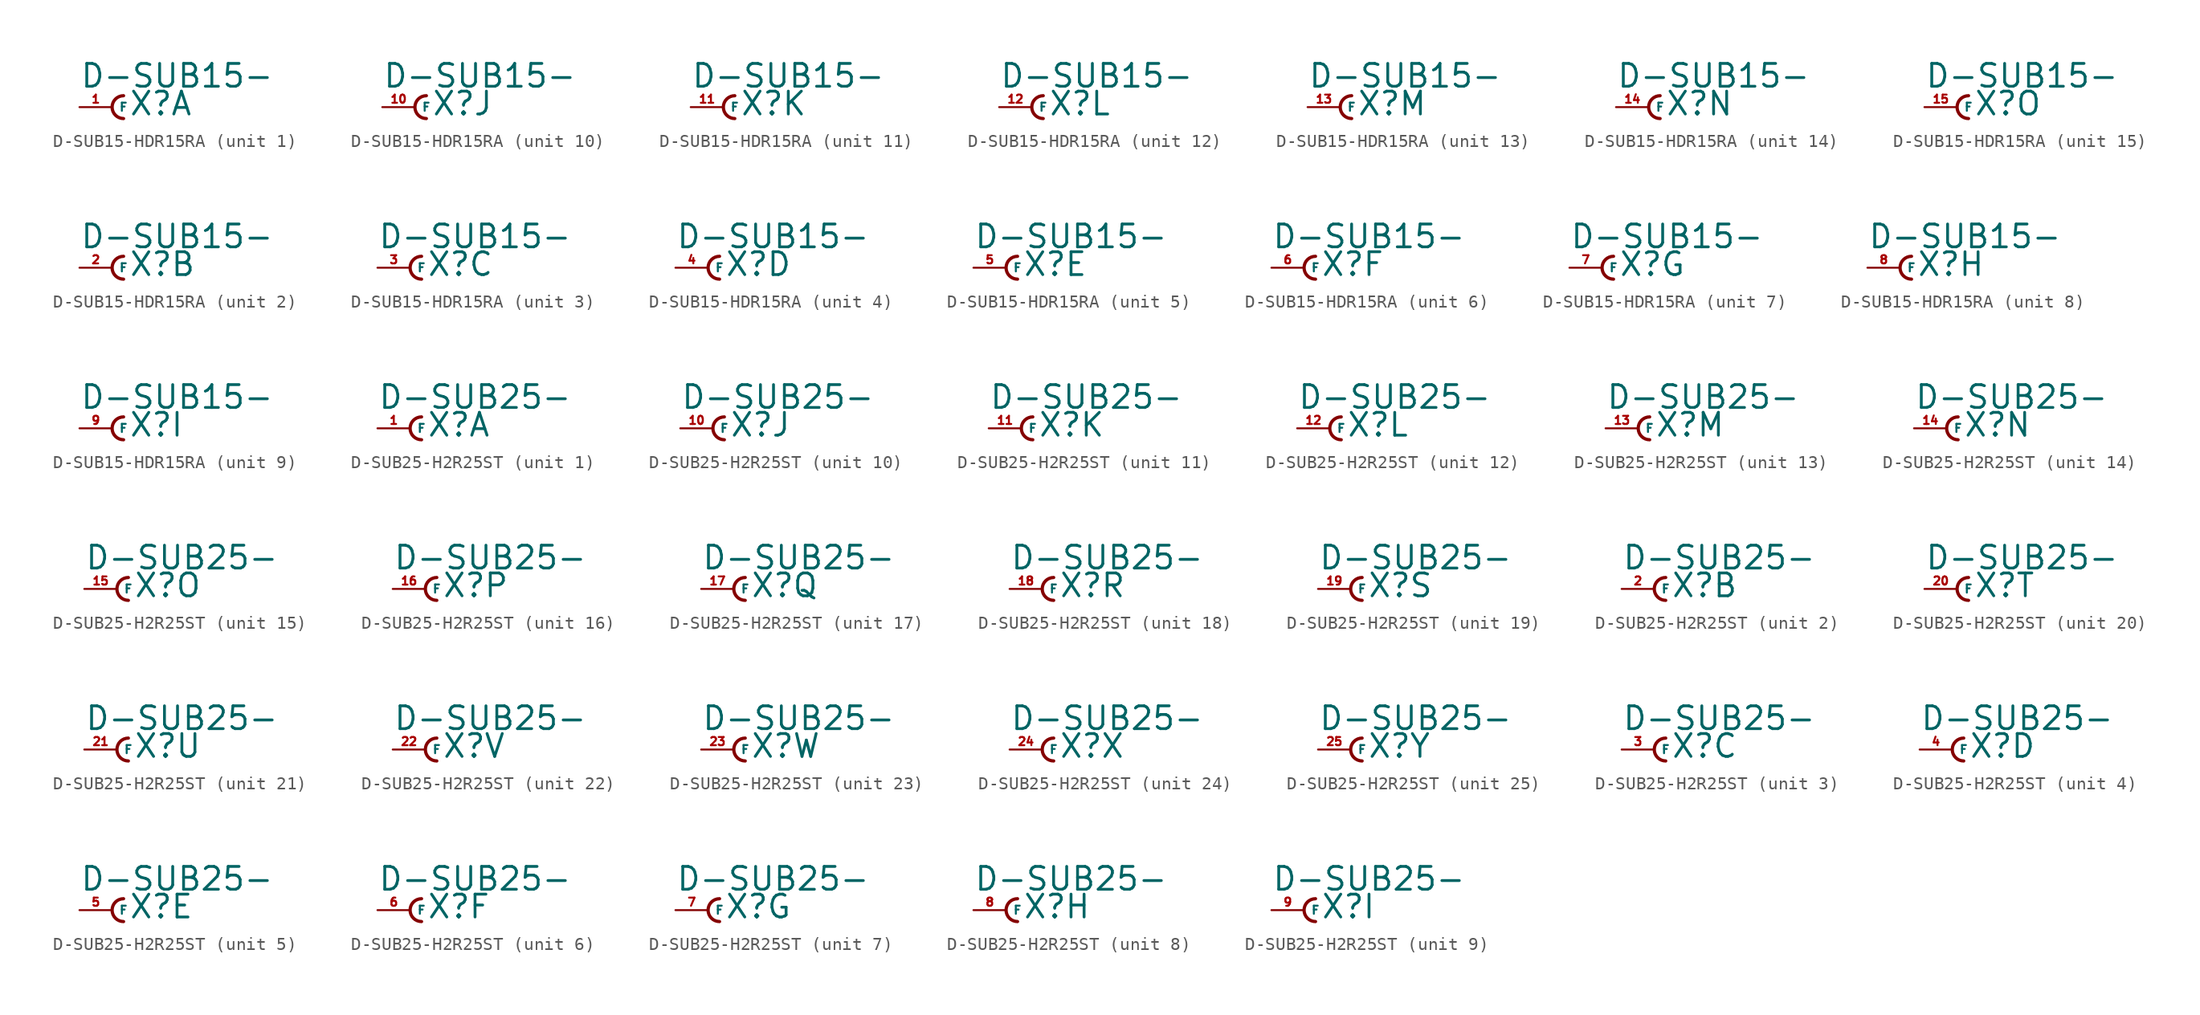
<source format=kicad_sym>
(kicad_symbol_lib
  (version 20220914)
  (generator Eagle2Kicad)
  (symbol "D-SUB15-HDR15RA"
    (property "Reference" "X"
      (at 1.27 -0.762 0)
      (effects (font (size 1.778 1.778) (thickness 0.22)) (justify left bottom)))
    (property "Value" "D-SUB15-"
      (at -2.54 1.397 0)
      (effects (font (size 1.778 1.778) (thickness 0.22)) (justify left bottom)))
    (symbol "D-SUB15-HDR15RA_1_0"
      (arc (start 0.889 0.889) (mid 0.000 0.000) (end 0.889 -0.889) (stroke (width 0.254) (type default)) (fill (type none)))
      (pin passive line (at -2.54 0 0) (length 2.54) (name "F" (effects (font (size 0.635 0.635) (thickness 0.08)) (justify left bottom))) (number "1" (effects (font (size 0.635 0.635) (thickness 0.08)) (justify left bottom)))))
    (symbol "D-SUB15-HDR15RA_2_0"
      (arc (start 0.889 0.889) (mid 0.000 0.000) (end 0.889 -0.889) (stroke (width 0.254) (type default)) (fill (type none)))
      (pin passive line (at -2.54 0 0) (length 2.54) (name "F" (effects (font (size 0.635 0.635) (thickness 0.08)) (justify left bottom))) (number "2" (effects (font (size 0.635 0.635) (thickness 0.08)) (justify left bottom)))))
    (symbol "D-SUB15-HDR15RA_3_0"
      (arc (start 0.889 0.889) (mid 0.000 0.000) (end 0.889 -0.889) (stroke (width 0.254) (type default)) (fill (type none)))
      (pin passive line (at -2.54 0 0) (length 2.54) (name "F" (effects (font (size 0.635 0.635) (thickness 0.08)) (justify left bottom))) (number "3" (effects (font (size 0.635 0.635) (thickness 0.08)) (justify left bottom)))))
    (symbol "D-SUB15-HDR15RA_4_0"
      (arc (start 0.889 0.889) (mid 0.000 0.000) (end 0.889 -0.889) (stroke (width 0.254) (type default)) (fill (type none)))
      (pin passive line (at -2.54 0 0) (length 2.54) (name "F" (effects (font (size 0.635 0.635) (thickness 0.08)) (justify left bottom))) (number "4" (effects (font (size 0.635 0.635) (thickness 0.08)) (justify left bottom)))))
    (symbol "D-SUB15-HDR15RA_5_0"
      (arc (start 0.889 0.889) (mid 0.000 0.000) (end 0.889 -0.889) (stroke (width 0.254) (type default)) (fill (type none)))
      (pin passive line (at -2.54 0 0) (length 2.54) (name "F" (effects (font (size 0.635 0.635) (thickness 0.08)) (justify left bottom))) (number "5" (effects (font (size 0.635 0.635) (thickness 0.08)) (justify left bottom)))))
    (symbol "D-SUB15-HDR15RA_6_0"
      (arc (start 0.889 0.889) (mid 0.000 0.000) (end 0.889 -0.889) (stroke (width 0.254) (type default)) (fill (type none)))
      (pin passive line (at -2.54 0 0) (length 2.54) (name "F" (effects (font (size 0.635 0.635) (thickness 0.08)) (justify left bottom))) (number "6" (effects (font (size 0.635 0.635) (thickness 0.08)) (justify left bottom)))))
    (symbol "D-SUB15-HDR15RA_7_0"
      (arc (start 0.889 0.889) (mid 0.000 0.000) (end 0.889 -0.889) (stroke (width 0.254) (type default)) (fill (type none)))
      (pin passive line (at -2.54 0 0) (length 2.54) (name "F" (effects (font (size 0.635 0.635) (thickness 0.08)) (justify left bottom))) (number "7" (effects (font (size 0.635 0.635) (thickness 0.08)) (justify left bottom)))))
    (symbol "D-SUB15-HDR15RA_8_0"
      (arc (start 0.889 0.889) (mid 0.000 0.000) (end 0.889 -0.889) (stroke (width 0.254) (type default)) (fill (type none)))
      (pin passive line (at -2.54 0 0) (length 2.54) (name "F" (effects (font (size 0.635 0.635) (thickness 0.08)) (justify left bottom))) (number "8" (effects (font (size 0.635 0.635) (thickness 0.08)) (justify left bottom)))))
    (symbol "D-SUB15-HDR15RA_9_0"
      (arc (start 0.889 0.889) (mid 0.000 0.000) (end 0.889 -0.889) (stroke (width 0.254) (type default)) (fill (type none)))
      (pin passive line (at -2.54 0 0) (length 2.54) (name "F" (effects (font (size 0.635 0.635) (thickness 0.08)) (justify left bottom))) (number "9" (effects (font (size 0.635 0.635) (thickness 0.08)) (justify left bottom)))))
    (symbol "D-SUB15-HDR15RA_10_0"
      (arc (start 0.889 0.889) (mid 0.000 0.000) (end 0.889 -0.889) (stroke (width 0.254) (type default)) (fill (type none)))
      (pin passive line (at -2.54 0 0) (length 2.54) (name "F" (effects (font (size 0.635 0.635) (thickness 0.08)) (justify left bottom))) (number "10" (effects (font (size 0.635 0.635) (thickness 0.08)) (justify left bottom)))))
    (symbol "D-SUB15-HDR15RA_11_0"
      (arc (start 0.889 0.889) (mid 0.000 0.000) (end 0.889 -0.889) (stroke (width 0.254) (type default)) (fill (type none)))
      (pin passive line (at -2.54 0 0) (length 2.54) (name "F" (effects (font (size 0.635 0.635) (thickness 0.08)) (justify left bottom))) (number "11" (effects (font (size 0.635 0.635) (thickness 0.08)) (justify left bottom)))))
    (symbol "D-SUB15-HDR15RA_12_0"
      (arc (start 0.889 0.889) (mid 0.000 0.000) (end 0.889 -0.889) (stroke (width 0.254) (type default)) (fill (type none)))
      (pin passive line (at -2.54 0 0) (length 2.54) (name "F" (effects (font (size 0.635 0.635) (thickness 0.08)) (justify left bottom))) (number "12" (effects (font (size 0.635 0.635) (thickness 0.08)) (justify left bottom)))))
    (symbol "D-SUB15-HDR15RA_13_0"
      (arc (start 0.889 0.889) (mid 0.000 0.000) (end 0.889 -0.889) (stroke (width 0.254) (type default)) (fill (type none)))
      (pin passive line (at -2.54 0 0) (length 2.54) (name "F" (effects (font (size 0.635 0.635) (thickness 0.08)) (justify left bottom))) (number "13" (effects (font (size 0.635 0.635) (thickness 0.08)) (justify left bottom)))))
    (symbol "D-SUB15-HDR15RA_14_0"
      (arc (start 0.889 0.889) (mid 0.000 0.000) (end 0.889 -0.889) (stroke (width 0.254) (type default)) (fill (type none)))
      (pin passive line (at -2.54 0 0) (length 2.54) (name "F" (effects (font (size 0.635 0.635) (thickness 0.08)) (justify left bottom))) (number "14" (effects (font (size 0.635 0.635) (thickness 0.08)) (justify left bottom)))))
    (symbol "D-SUB15-HDR15RA_15_0"
      (arc (start 0.889 0.889) (mid 0.000 0.000) (end 0.889 -0.889) (stroke (width 0.254) (type default)) (fill (type none)))
      (pin passive line (at -2.54 0 0) (length 2.54) (name "F" (effects (font (size 0.635 0.635) (thickness 0.08)) (justify left bottom))) (number "15" (effects (font (size 0.635 0.635) (thickness 0.08)) (justify left bottom))))))
  (symbol "D-SUB25-H2R25ST"
    (property "Reference" "X"
      (at 1.27 -0.762 0)
      (effects (font (size 1.778 1.778) (thickness 0.22)) (justify left bottom)))
    (property "Value" "D-SUB25-"
      (at -2.54 1.397 0)
      (effects (font (size 1.778 1.778) (thickness 0.22)) (justify left bottom)))
    (symbol "D-SUB25-H2R25ST_1_0"
      (arc (start 0.889 0.889) (mid 0.000 0.000) (end 0.889 -0.889) (stroke (width 0.254) (type default)) (fill (type none)))
      (pin passive line (at -2.54 0 0) (length 2.54) (name "F" (effects (font (size 0.635 0.635) (thickness 0.08)) (justify left bottom))) (number "1" (effects (font (size 0.635 0.635) (thickness 0.08)) (justify left bottom)))))
    (symbol "D-SUB25-H2R25ST_2_0"
      (arc (start 0.889 0.889) (mid 0.000 0.000) (end 0.889 -0.889) (stroke (width 0.254) (type default)) (fill (type none)))
      (pin passive line (at -2.54 0 0) (length 2.54) (name "F" (effects (font (size 0.635 0.635) (thickness 0.08)) (justify left bottom))) (number "2" (effects (font (size 0.635 0.635) (thickness 0.08)) (justify left bottom)))))
    (symbol "D-SUB25-H2R25ST_3_0"
      (arc (start 0.889 0.889) (mid 0.000 0.000) (end 0.889 -0.889) (stroke (width 0.254) (type default)) (fill (type none)))
      (pin passive line (at -2.54 0 0) (length 2.54) (name "F" (effects (font (size 0.635 0.635) (thickness 0.08)) (justify left bottom))) (number "3" (effects (font (size 0.635 0.635) (thickness 0.08)) (justify left bottom)))))
    (symbol "D-SUB25-H2R25ST_4_0"
      (arc (start 0.889 0.889) (mid 0.000 0.000) (end 0.889 -0.889) (stroke (width 0.254) (type default)) (fill (type none)))
      (pin passive line (at -2.54 0 0) (length 2.54) (name "F" (effects (font (size 0.635 0.635) (thickness 0.08)) (justify left bottom))) (number "4" (effects (font (size 0.635 0.635) (thickness 0.08)) (justify left bottom)))))
    (symbol "D-SUB25-H2R25ST_5_0"
      (arc (start 0.889 0.889) (mid 0.000 0.000) (end 0.889 -0.889) (stroke (width 0.254) (type default)) (fill (type none)))
      (pin passive line (at -2.54 0 0) (length 2.54) (name "F" (effects (font (size 0.635 0.635) (thickness 0.08)) (justify left bottom))) (number "5" (effects (font (size 0.635 0.635) (thickness 0.08)) (justify left bottom)))))
    (symbol "D-SUB25-H2R25ST_6_0"
      (arc (start 0.889 0.889) (mid 0.000 0.000) (end 0.889 -0.889) (stroke (width 0.254) (type default)) (fill (type none)))
      (pin passive line (at -2.54 0 0) (length 2.54) (name "F" (effects (font (size 0.635 0.635) (thickness 0.08)) (justify left bottom))) (number "6" (effects (font (size 0.635 0.635) (thickness 0.08)) (justify left bottom)))))
    (symbol "D-SUB25-H2R25ST_7_0"
      (arc (start 0.889 0.889) (mid 0.000 0.000) (end 0.889 -0.889) (stroke (width 0.254) (type default)) (fill (type none)))
      (pin passive line (at -2.54 0 0) (length 2.54) (name "F" (effects (font (size 0.635 0.635) (thickness 0.08)) (justify left bottom))) (number "7" (effects (font (size 0.635 0.635) (thickness 0.08)) (justify left bottom)))))
    (symbol "D-SUB25-H2R25ST_8_0"
      (arc (start 0.889 0.889) (mid 0.000 0.000) (end 0.889 -0.889) (stroke (width 0.254) (type default)) (fill (type none)))
      (pin passive line (at -2.54 0 0) (length 2.54) (name "F" (effects (font (size 0.635 0.635) (thickness 0.08)) (justify left bottom))) (number "8" (effects (font (size 0.635 0.635) (thickness 0.08)) (justify left bottom)))))
    (symbol "D-SUB25-H2R25ST_9_0"
      (arc (start 0.889 0.889) (mid 0.000 0.000) (end 0.889 -0.889) (stroke (width 0.254) (type default)) (fill (type none)))
      (pin passive line (at -2.54 0 0) (length 2.54) (name "F" (effects (font (size 0.635 0.635) (thickness 0.08)) (justify left bottom))) (number "9" (effects (font (size 0.635 0.635) (thickness 0.08)) (justify left bottom)))))
    (symbol "D-SUB25-H2R25ST_10_0"
      (arc (start 0.889 0.889) (mid 0.000 0.000) (end 0.889 -0.889) (stroke (width 0.254) (type default)) (fill (type none)))
      (pin passive line (at -2.54 0 0) (length 2.54) (name "F" (effects (font (size 0.635 0.635) (thickness 0.08)) (justify left bottom))) (number "10" (effects (font (size 0.635 0.635) (thickness 0.08)) (justify left bottom)))))
    (symbol "D-SUB25-H2R25ST_11_0"
      (arc (start 0.889 0.889) (mid 0.000 0.000) (end 0.889 -0.889) (stroke (width 0.254) (type default)) (fill (type none)))
      (pin passive line (at -2.54 0 0) (length 2.54) (name "F" (effects (font (size 0.635 0.635) (thickness 0.08)) (justify left bottom))) (number "11" (effects (font (size 0.635 0.635) (thickness 0.08)) (justify left bottom)))))
    (symbol "D-SUB25-H2R25ST_12_0"
      (arc (start 0.889 0.889) (mid 0.000 0.000) (end 0.889 -0.889) (stroke (width 0.254) (type default)) (fill (type none)))
      (pin passive line (at -2.54 0 0) (length 2.54) (name "F" (effects (font (size 0.635 0.635) (thickness 0.08)) (justify left bottom))) (number "12" (effects (font (size 0.635 0.635) (thickness 0.08)) (justify left bottom)))))
    (symbol "D-SUB25-H2R25ST_13_0"
      (arc (start 0.889 0.889) (mid 0.000 0.000) (end 0.889 -0.889) (stroke (width 0.254) (type default)) (fill (type none)))
      (pin passive line (at -2.54 0 0) (length 2.54) (name "F" (effects (font (size 0.635 0.635) (thickness 0.08)) (justify left bottom))) (number "13" (effects (font (size 0.635 0.635) (thickness 0.08)) (justify left bottom)))))
    (symbol "D-SUB25-H2R25ST_14_0"
      (arc (start 0.889 0.889) (mid 0.000 0.000) (end 0.889 -0.889) (stroke (width 0.254) (type default)) (fill (type none)))
      (pin passive line (at -2.54 0 0) (length 2.54) (name "F" (effects (font (size 0.635 0.635) (thickness 0.08)) (justify left bottom))) (number "14" (effects (font (size 0.635 0.635) (thickness 0.08)) (justify left bottom)))))
    (symbol "D-SUB25-H2R25ST_15_0"
      (arc (start 0.889 0.889) (mid 0.000 0.000) (end 0.889 -0.889) (stroke (width 0.254) (type default)) (fill (type none)))
      (pin passive line (at -2.54 0 0) (length 2.54) (name "F" (effects (font (size 0.635 0.635) (thickness 0.08)) (justify left bottom))) (number "15" (effects (font (size 0.635 0.635) (thickness 0.08)) (justify left bottom)))))
    (symbol "D-SUB25-H2R25ST_16_0"
      (arc (start 0.889 0.889) (mid 0.000 0.000) (end 0.889 -0.889) (stroke (width 0.254) (type default)) (fill (type none)))
      (pin passive line (at -2.54 0 0) (length 2.54) (name "F" (effects (font (size 0.635 0.635) (thickness 0.08)) (justify left bottom))) (number "16" (effects (font (size 0.635 0.635) (thickness 0.08)) (justify left bottom)))))
    (symbol "D-SUB25-H2R25ST_17_0"
      (arc (start 0.889 0.889) (mid 0.000 0.000) (end 0.889 -0.889) (stroke (width 0.254) (type default)) (fill (type none)))
      (pin passive line (at -2.54 0 0) (length 2.54) (name "F" (effects (font (size 0.635 0.635) (thickness 0.08)) (justify left bottom))) (number "17" (effects (font (size 0.635 0.635) (thickness 0.08)) (justify left bottom)))))
    (symbol "D-SUB25-H2R25ST_18_0"
      (arc (start 0.889 0.889) (mid 0.000 0.000) (end 0.889 -0.889) (stroke (width 0.254) (type default)) (fill (type none)))
      (pin passive line (at -2.54 0 0) (length 2.54) (name "F" (effects (font (size 0.635 0.635) (thickness 0.08)) (justify left bottom))) (number "18" (effects (font (size 0.635 0.635) (thickness 0.08)) (justify left bottom)))))
    (symbol "D-SUB25-H2R25ST_19_0"
      (arc (start 0.889 0.889) (mid 0.000 0.000) (end 0.889 -0.889) (stroke (width 0.254) (type default)) (fill (type none)))
      (pin passive line (at -2.54 0 0) (length 2.54) (name "F" (effects (font (size 0.635 0.635) (thickness 0.08)) (justify left bottom))) (number "19" (effects (font (size 0.635 0.635) (thickness 0.08)) (justify left bottom)))))
    (symbol "D-SUB25-H2R25ST_20_0"
      (arc (start 0.889 0.889) (mid 0.000 0.000) (end 0.889 -0.889) (stroke (width 0.254) (type default)) (fill (type none)))
      (pin passive line (at -2.54 0 0) (length 2.54) (name "F" (effects (font (size 0.635 0.635) (thickness 0.08)) (justify left bottom))) (number "20" (effects (font (size 0.635 0.635) (thickness 0.08)) (justify left bottom)))))
    (symbol "D-SUB25-H2R25ST_21_0"
      (arc (start 0.889 0.889) (mid 0.000 0.000) (end 0.889 -0.889) (stroke (width 0.254) (type default)) (fill (type none)))
      (pin passive line (at -2.54 0 0) (length 2.54) (name "F" (effects (font (size 0.635 0.635) (thickness 0.08)) (justify left bottom))) (number "21" (effects (font (size 0.635 0.635) (thickness 0.08)) (justify left bottom)))))
    (symbol "D-SUB25-H2R25ST_22_0"
      (arc (start 0.889 0.889) (mid 0.000 0.000) (end 0.889 -0.889) (stroke (width 0.254) (type default)) (fill (type none)))
      (pin passive line (at -2.54 0 0) (length 2.54) (name "F" (effects (font (size 0.635 0.635) (thickness 0.08)) (justify left bottom))) (number "22" (effects (font (size 0.635 0.635) (thickness 0.08)) (justify left bottom)))))
    (symbol "D-SUB25-H2R25ST_23_0"
      (arc (start 0.889 0.889) (mid 0.000 0.000) (end 0.889 -0.889) (stroke (width 0.254) (type default)) (fill (type none)))
      (pin passive line (at -2.54 0 0) (length 2.54) (name "F" (effects (font (size 0.635 0.635) (thickness 0.08)) (justify left bottom))) (number "23" (effects (font (size 0.635 0.635) (thickness 0.08)) (justify left bottom)))))
    (symbol "D-SUB25-H2R25ST_24_0"
      (arc (start 0.889 0.889) (mid 0.000 0.000) (end 0.889 -0.889) (stroke (width 0.254) (type default)) (fill (type none)))
      (pin passive line (at -2.54 0 0) (length 2.54) (name "F" (effects (font (size 0.635 0.635) (thickness 0.08)) (justify left bottom))) (number "24" (effects (font (size 0.635 0.635) (thickness 0.08)) (justify left bottom)))))
    (symbol "D-SUB25-H2R25ST_25_0"
      (arc (start 0.889 0.889) (mid 0.000 0.000) (end 0.889 -0.889) (stroke (width 0.254) (type default)) (fill (type none)))
      (pin passive line (at -2.54 0 0) (length 2.54) (name "F" (effects (font (size 0.635 0.635) (thickness 0.08)) (justify left bottom))) (number "25" (effects (font (size 0.635 0.635) (thickness 0.08)) (justify left bottom)))))))
</source>
